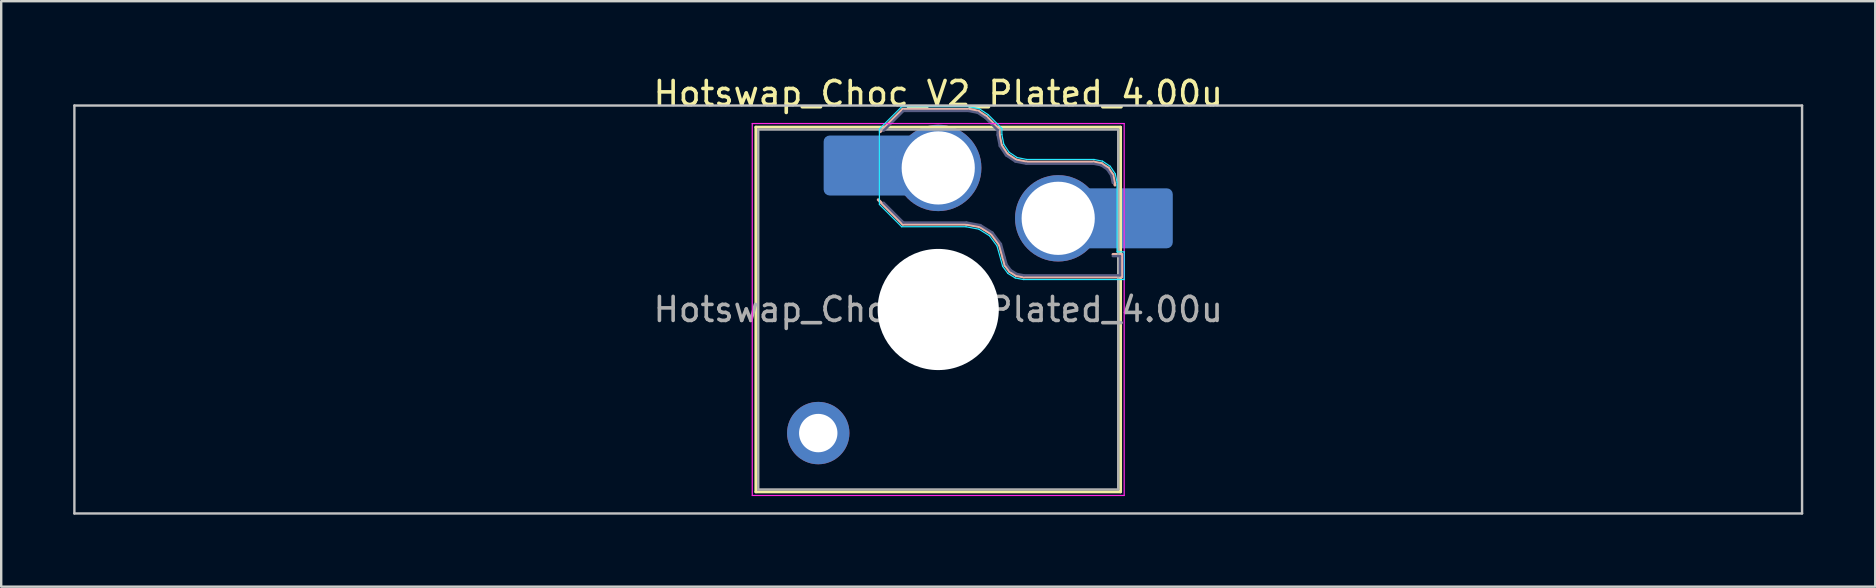
<source format=kicad_pcb>
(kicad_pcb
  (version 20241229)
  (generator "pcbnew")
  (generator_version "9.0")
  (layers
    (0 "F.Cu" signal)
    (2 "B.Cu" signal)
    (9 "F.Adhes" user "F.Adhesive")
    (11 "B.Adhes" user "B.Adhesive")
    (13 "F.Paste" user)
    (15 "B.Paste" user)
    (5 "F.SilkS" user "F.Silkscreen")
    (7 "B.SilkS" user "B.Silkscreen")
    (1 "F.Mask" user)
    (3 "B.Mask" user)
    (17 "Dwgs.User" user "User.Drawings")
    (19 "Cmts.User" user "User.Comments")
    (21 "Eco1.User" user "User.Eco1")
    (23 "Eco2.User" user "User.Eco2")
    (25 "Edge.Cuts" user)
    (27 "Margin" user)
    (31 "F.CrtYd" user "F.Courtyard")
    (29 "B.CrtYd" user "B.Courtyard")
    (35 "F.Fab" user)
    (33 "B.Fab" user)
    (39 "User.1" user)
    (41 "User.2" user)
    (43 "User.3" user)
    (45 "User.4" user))
  (footprint "Hotswap_Choc_V2_Plated_4.00u"
    (layer "F.Cu")
    (at 36.05 9.848)
    (property "Reference" "Hotswap_Choc_V2_Plated_4.00u" (at 0 -9 0) (layer "F.SilkS") (effects (font (size 1 1) (thickness 0.15))))
    (attr smd)
    (fp_line (start -7.6 -7.6) (end -7.6 7.6) (stroke (width 0.12) (type solid)) (layer "F.SilkS"))
    (fp_line (start -7.6 7.6) (end 7.6 7.6) (stroke (width 0.12) (type solid)) (layer "F.SilkS"))
    (fp_line (start 7.6 -7.6) (end -7.6 -7.6) (stroke (width 0.12) (type solid)) (layer "F.SilkS"))
    (fp_line (start 7.6 7.6) (end 7.6 -7.6) (stroke (width 0.12) (type solid)) (layer "F.SilkS"))
    (fp_line (start -2.416 -7.409) (end -1.479 -8.346) (stroke (width 0.12) (type solid)) (layer "B.SilkS"))
    (fp_line (start -1.479 -8.346) (end 1.268 -8.346) (stroke (width 0.12) (type solid)) (layer "B.SilkS"))
    (fp_line (start -1.479 -3.554) (end -2.5 -4.575) (stroke (width 0.12) (type solid)) (layer "B.SilkS"))
    (fp_line (start 1.168 -3.554) (end -1.479 -3.554) (stroke (width 0.12) (type solid)) (layer "B.SilkS"))
    (fp_line (start 1.268 -8.346) (end 1.671 -8.266) (stroke (width 0.12) (type solid)) (layer "B.SilkS"))
    (fp_line (start 1.671 -8.266) (end 2.013 -8.037) (stroke (width 0.12) (type solid)) (layer "B.SilkS"))
    (fp_line (start 1.73 -3.449) (end 1.168 -3.554) (stroke (width 0.12) (type solid)) (layer "B.SilkS"))
    (fp_line (start 2.013 -8.037) (end 2.546 -7.504) (stroke (width 0.12) (type solid)) (layer "B.SilkS"))
    (fp_line (start 2.209 -3.15) (end 1.73 -3.449) (stroke (width 0.12) (type solid)) (layer "B.SilkS"))
    (fp_line (start 2.546 -7.504) (end 2.546 -7.282) (stroke (width 0.12) (type solid)) (layer "B.SilkS"))
    (fp_line (start 2.546 -7.282) (end 2.633 -6.844) (stroke (width 0.12) (type solid)) (layer "B.SilkS"))
    (fp_line (start 2.547 -2.697) (end 2.209 -3.15) (stroke (width 0.12) (type solid)) (layer "B.SilkS"))
    (fp_line (start 2.633 -6.844) (end 2.877 -6.477) (stroke (width 0.12) (type solid)) (layer "B.SilkS"))
    (fp_line (start 2.701 -2.139) (end 2.547 -2.697) (stroke (width 0.12) (type solid)) (layer "B.SilkS"))
    (fp_line (start 2.783 -1.841) (end 2.701 -2.139) (stroke (width 0.12) (type solid)) (layer "B.SilkS"))
    (fp_line (start 2.877 -6.477) (end 3.244 -6.233) (stroke (width 0.12) (type solid)) (layer "B.SilkS"))
    (fp_line (start 2.976 -1.583) (end 2.783 -1.841) (stroke (width 0.12) (type solid)) (layer "B.SilkS"))
    (fp_line (start 3.244 -6.233) (end 3.682 -6.146) (stroke (width 0.12) (type solid)) (layer "B.SilkS"))
    (fp_line (start 3.25 -1.413) (end 2.976 -1.583) (stroke (width 0.12) (type solid)) (layer "B.SilkS"))
    (fp_line (start 3.56 -1.354) (end 3.25 -1.413) (stroke (width 0.12) (type solid)) (layer "B.SilkS"))
    (fp_line (start 3.682 -6.146) (end 6.482 -6.146) (stroke (width 0.12) (type solid)) (layer "B.SilkS"))
    (fp_line (start 6.482 -6.146) (end 6.809 -6.081) (stroke (width 0.12) (type solid)) (layer "B.SilkS"))
    (fp_line (start 6.809 -6.081) (end 7.092 -5.892) (stroke (width 0.12) (type solid)) (layer "B.SilkS"))
    (fp_line (start 7.092 -5.892) (end 7.281 -5.609) (stroke (width 0.12) (type solid)) (layer "B.SilkS"))
    (fp_line (start 7.281 -5.609) (end 7.366 -5.182) (stroke (width 0.12) (type solid)) (layer "B.SilkS"))
    (fp_line (start 7.283 -2.296) (end 7.646 -2.296) (stroke (width 0.12) (type solid)) (layer "B.SilkS"))
    (fp_line (start 7.646 -2.296) (end 7.646 -1.354) (stroke (width 0.12) (type solid)) (layer "B.SilkS"))
    (fp_line (start 7.646 -1.354) (end 3.56 -1.354) (stroke (width 0.12) (type solid)) (layer "B.SilkS"))
    (fp_line (start -36 -8.5) (end -36 8.5) (stroke (width 0.1) (type solid)) (layer "Dwgs.User"))
    (fp_line (start -36 8.5) (end 36 8.5) (stroke (width 0.1) (type solid)) (layer "Dwgs.User"))
    (fp_line (start 36 -8.5) (end -36 -8.5) (stroke (width 0.1) (type solid)) (layer "Dwgs.User"))
    (fp_line (start 36 8.5) (end 36 -8.5) (stroke (width 0.1) (type solid)) (layer "Dwgs.User"))
    (fp_line (start -7.25 -7.25) (end -7.25 7.25) (stroke (width 0.1) (type solid)) (layer "Eco1.User"))
    (fp_line (start -7.25 7.25) (end 7.25 7.25) (stroke (width 0.1) (type solid)) (layer "Eco1.User"))
    (fp_line (start 7.25 -7.25) (end -7.25 -7.25) (stroke (width 0.1) (type solid)) (layer "Eco1.User"))
    (fp_line (start 7.25 7.25) (end 7.25 -7.25) (stroke (width 0.1) (type solid)) (layer "Eco1.User"))
    (fp_line (start -2.452 -7.523) (end -1.523 -8.452) (stroke (width 0.05) (type solid)) (layer "B.CrtYd"))
    (fp_line (start -2.452 -4.377) (end -2.452 -7.523) (stroke (width 0.05) (type solid)) (layer "B.CrtYd"))
    (fp_line (start -1.523 -8.452) (end 1.278 -8.452) (stroke (width 0.05) (type solid)) (layer "B.CrtYd"))
    (fp_line (start -1.523 -3.448) (end -2.452 -4.377) (stroke (width 0.05) (type solid)) (layer "B.CrtYd"))
    (fp_line (start 1.159 -3.448) (end -1.523 -3.448) (stroke (width 0.05) (type solid)) (layer "B.CrtYd"))
    (fp_line (start 1.278 -8.452) (end 1.712 -8.366) (stroke (width 0.05) (type solid)) (layer "B.CrtYd"))
    (fp_line (start 1.691 -3.348) (end 1.159 -3.448) (stroke (width 0.05) (type solid)) (layer "B.CrtYd"))
    (fp_line (start 1.712 -8.366) (end 2.081 -8.119) (stroke (width 0.05) (type solid)) (layer "B.CrtYd"))
    (fp_line (start 2.081 -8.119) (end 2.652 -7.548) (stroke (width 0.05) (type solid)) (layer "B.CrtYd"))
    (fp_line (start 2.136 -3.071) (end 1.691 -3.348) (stroke (width 0.05) (type solid)) (layer "B.CrtYd"))
    (fp_line (start 2.45 -2.65) (end 2.136 -3.071) (stroke (width 0.05) (type solid)) (layer "B.CrtYd"))
    (fp_line (start 2.599 -2.111) (end 2.45 -2.65) (stroke (width 0.05) (type solid)) (layer "B.CrtYd"))
    (fp_line (start 2.652 -7.548) (end 2.652 -7.292) (stroke (width 0.05) (type solid)) (layer "B.CrtYd"))
    (fp_line (start 2.652 -7.292) (end 2.733 -6.885) (stroke (width 0.05) (type solid)) (layer "B.CrtYd"))
    (fp_line (start 2.687 -1.794) (end 2.599 -2.111) (stroke (width 0.05) (type solid)) (layer "B.CrtYd"))
    (fp_line (start 2.733 -6.885) (end 2.953 -6.553) (stroke (width 0.05) (type solid)) (layer "B.CrtYd"))
    (fp_line (start 2.903 -1.503) (end 2.687 -1.794) (stroke (width 0.05) (type solid)) (layer "B.CrtYd"))
    (fp_line (start 2.953 -6.553) (end 3.285 -6.333) (stroke (width 0.05) (type solid)) (layer "B.CrtYd"))
    (fp_line (start 3.211 -1.312) (end 2.903 -1.503) (stroke (width 0.05) (type solid)) (layer "B.CrtYd"))
    (fp_line (start 3.285 -6.333) (end 3.692 -6.252) (stroke (width 0.05) (type solid)) (layer "B.CrtYd"))
    (fp_line (start 3.55 -1.248) (end 3.211 -1.312) (stroke (width 0.05) (type solid)) (layer "B.CrtYd"))
    (fp_line (start 3.692 -6.252) (end 6.492 -6.252) (stroke (width 0.05) (type solid)) (layer "B.CrtYd"))
    (fp_line (start 6.492 -6.252) (end 6.85 -6.181) (stroke (width 0.05) (type solid)) (layer "B.CrtYd"))
    (fp_line (start 6.85 -6.181) (end 7.168 -5.968) (stroke (width 0.05) (type solid)) (layer "B.CrtYd"))
    (fp_line (start 7.168 -5.968) (end 7.381 -5.65) (stroke (width 0.05) (type solid)) (layer "B.CrtYd"))
    (fp_line (start 7.381 -5.65) (end 7.452 -5.292) (stroke (width 0.05) (type solid)) (layer "B.CrtYd"))
    (fp_line (start 7.452 -5.292) (end 7.452 -2.402) (stroke (width 0.05) (type solid)) (layer "B.CrtYd"))
    (fp_line (start 7.452 -2.402) (end 7.752 -2.402) (stroke (width 0.05) (type solid)) (layer "B.CrtYd"))
    (fp_line (start 7.752 -2.402) (end 7.752 -1.248) (stroke (width 0.05) (type solid)) (layer "B.CrtYd"))
    (fp_line (start 7.752 -1.248) (end 3.55 -1.248) (stroke (width 0.05) (type solid)) (layer "B.CrtYd"))
    (fp_line (start -7.75 -7.75) (end -7.75 7.75) (stroke (width 0.05) (type solid)) (layer "F.CrtYd"))
    (fp_line (start -7.75 7.75) (end 7.75 7.75) (stroke (width 0.05) (type solid)) (layer "F.CrtYd"))
    (fp_line (start 7.75 -7.75) (end -7.75 -7.75) (stroke (width 0.05) (type solid)) (layer "F.CrtYd"))
    (fp_line (start 7.75 7.75) (end 7.75 -7.75) (stroke (width 0.05) (type solid)) (layer "F.CrtYd"))
    (fp_line (start -2.275 -7.45) (end -1.45 -8.275) (stroke (width 0.1) (type solid)) (layer "B.Fab"))
    (fp_line (start -1.45 -8.275) (end 1.261 -8.275) (stroke (width 0.1) (type solid)) (layer "B.Fab"))
    (fp_line (start -1.45 -3.625) (end -2.275 -4.45) (stroke (width 0.1) (type solid)) (layer "B.Fab"))
    (fp_line (start 1.175 -3.625) (end -1.45 -3.625) (stroke (width 0.1) (type solid)) (layer "B.Fab"))
    (fp_line (start 1.261 -8.275) (end 1.643 -8.199) (stroke (width 0.1) (type solid)) (layer "B.Fab"))
    (fp_line (start 1.643 -8.199) (end 1.968 -7.982) (stroke (width 0.1) (type solid)) (layer "B.Fab"))
    (fp_line (start 1.756 -3.516) (end 1.175 -3.625) (stroke (width 0.1) (type solid)) (layer "B.Fab"))
    (fp_line (start 1.968 -7.982) (end 2.475 -7.475) (stroke (width 0.1) (type solid)) (layer "B.Fab"))
    (fp_line (start 2.258 -3.203) (end 1.756 -3.516) (stroke (width 0.1) (type solid)) (layer "B.Fab"))
    (fp_line (start 2.475 -7.475) (end 2.475 -7.275) (stroke (width 0.1) (type solid)) (layer "B.Fab"))
    (fp_line (start 2.475 -7.275) (end 2.566 -6.816) (stroke (width 0.1) (type solid)) (layer "B.Fab"))
    (fp_line (start 2.566 -6.816) (end 2.826 -6.426) (stroke (width 0.1) (type solid)) (layer "B.Fab"))
    (fp_line (start 2.612 -2.729) (end 2.258 -3.203) (stroke (width 0.1) (type solid)) (layer "B.Fab"))
    (fp_line (start 2.769 -2.158) (end 2.612 -2.729) (stroke (width 0.1) (type solid)) (layer "B.Fab"))
    (fp_line (start 2.826 -6.426) (end 3.216 -6.166) (stroke (width 0.1) (type solid)) (layer "B.Fab"))
    (fp_line (start 2.848 -1.873) (end 2.769 -2.158) (stroke (width 0.1) (type solid)) (layer "B.Fab"))
    (fp_line (start 3.025 -1.636) (end 2.848 -1.873) (stroke (width 0.1) (type solid)) (layer "B.Fab"))
    (fp_line (start 3.216 -6.166) (end 3.675 -6.075) (stroke (width 0.1) (type solid)) (layer "B.Fab"))
    (fp_line (start 3.276 -1.48) (end 3.025 -1.636) (stroke (width 0.1) (type solid)) (layer "B.Fab"))
    (fp_line (start 3.567 -1.425) (end 3.276 -1.48) (stroke (width 0.1) (type solid)) (layer "B.Fab"))
    (fp_line (start 3.675 -6.075) (end 6.475 -6.075) (stroke (width 0.1) (type solid)) (layer "B.Fab"))
    (fp_line (start 6.475 -6.075) (end 6.781 -6.014) (stroke (width 0.1) (type solid)) (layer "B.Fab"))
    (fp_line (start 6.781 -6.014) (end 7.041 -5.841) (stroke (width 0.1) (type solid)) (layer "B.Fab"))
    (fp_line (start 7.041 -5.841) (end 7.214 -5.581) (stroke (width 0.1) (type solid)) (layer "B.Fab"))
    (fp_line (start 7.214 -5.581) (end 7.275 -5.275) (stroke (width 0.1) (type solid)) (layer "B.Fab"))
    (fp_line (start 7.275 -2.225) (end 7.575 -2.225) (stroke (width 0.1) (type solid)) (layer "B.Fab"))
    (fp_line (start 7.575 -2.225) (end 7.575 -1.425) (stroke (width 0.1) (type solid)) (layer "B.Fab"))
    (fp_line (start 7.575 -1.425) (end 3.567 -1.425) (stroke (width 0.1) (type solid)) (layer "B.Fab"))
    (fp_line (start -7.5 -7.5) (end -7.5 7.5) (stroke (width 0.1) (type solid)) (layer "F.Fab"))
    (fp_line (start -7.5 7.5) (end 7.5 7.5) (stroke (width 0.1) (type solid)) (layer "F.Fab"))
    (fp_line (start 7.5 -7.5) (end -7.5 -7.5) (stroke (width 0.1) (type solid)) (layer "F.Fab"))
    (fp_line (start 7.5 7.5) (end 7.5 -7.5) (stroke (width 0.1) (type solid)) (layer "F.Fab"))
    (fp_text user "${REFERENCE}" (at 0 0 0) (layer "F.Fab") (effects (font (size 1 1) (thickness 0.15))))
    (pad "" thru_hole circle (at -5 5.15) (size 2.6 2.6) (drill 1.6) (layers "*.Cu" "*.Mask"))
    (pad "" smd roundrect (at -3.5 -6) (size 2.55 2.5) (layers "B.Mask" "B.Paste") (roundrect_rratio 0.1))
    (pad "" np_thru_hole circle (at 0 0) (size 5.05 5.05) (drill 5.05) (layers "*.Cu" "*.Mask"))
    (pad "" smd roundrect (at 8.5 -3.8) (size 2.55 2.5) (layers "B.Mask" "B.Paste") (roundrect_rratio 0.1))
    (pad "1" smd roundrect (at -2.85 -6) (size 3.85 2.5) (layers "B.Cu") (roundrect_rratio 0.1))
    (pad "1" thru_hole circle (at 0 -5.9) (size 3.6 3.6) (drill 3.05) (layers "*.Cu" "*.Mask"))
    (pad "2" thru_hole circle (at 5 -3.8) (size 3.6 3.6) (drill 3.05) (layers "*.Cu" "*.Mask"))
    (pad "2" smd roundrect (at 7.85 -3.8) (size 3.85 2.5) (layers "B.Cu") (roundrect_rratio 0.1)))
  (gr_rect
    (start -3 -3)
    (end 75.1 21.398)
    (stroke (width 0.1) (type default))
    (fill no)
    (layer "Edge.Cuts")))
</source>
